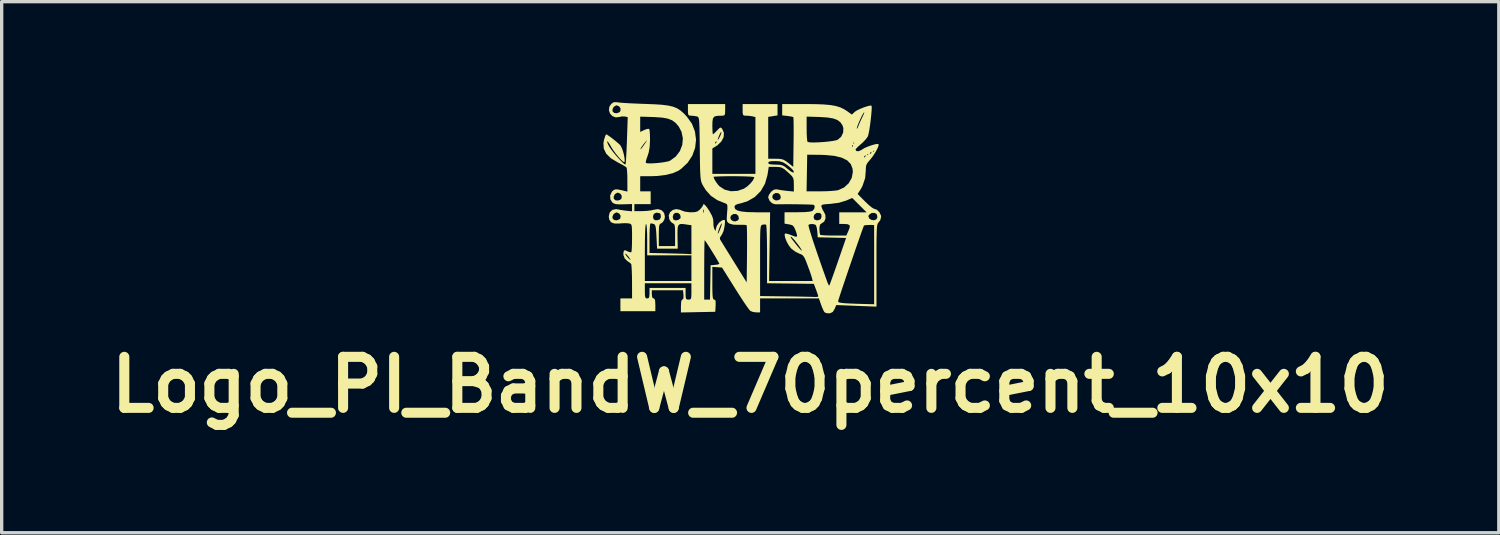
<source format=kicad_pcb>
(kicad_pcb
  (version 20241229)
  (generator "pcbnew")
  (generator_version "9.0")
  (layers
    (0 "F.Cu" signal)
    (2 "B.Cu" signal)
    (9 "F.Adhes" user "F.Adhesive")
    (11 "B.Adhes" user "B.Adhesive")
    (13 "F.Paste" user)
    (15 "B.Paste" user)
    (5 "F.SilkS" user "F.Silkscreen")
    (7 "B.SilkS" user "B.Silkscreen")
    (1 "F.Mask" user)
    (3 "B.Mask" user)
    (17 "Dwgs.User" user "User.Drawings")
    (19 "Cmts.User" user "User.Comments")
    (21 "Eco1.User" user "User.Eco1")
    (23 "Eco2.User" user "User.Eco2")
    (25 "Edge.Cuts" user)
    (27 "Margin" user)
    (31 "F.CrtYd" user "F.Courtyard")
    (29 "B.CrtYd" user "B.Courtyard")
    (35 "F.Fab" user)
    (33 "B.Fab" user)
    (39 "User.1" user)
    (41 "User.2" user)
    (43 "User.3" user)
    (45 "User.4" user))
  (footprint "Logo_PI_BandW_70percent_10x10"
    (layer "F.Cu")
    (at 19.085 3.357)
    (property "Reference" "Logo_PI_BandW_70percent_10x10" (at 0.263 5.08 0) (layer "F.SilkS") (effects (font (size 1.524 1.524) (thickness 0.3))))
    (attr board_only exclude_from_pos_files exclude_from_bom)
    (fp_poly (pts (xy -3.706 -3.353) (xy -3.638 -3.344) (xy -3.514 -3.334) (xy -3.345 -3.324) (xy -3.143 -3.315) (xy -2.923 -3.306) (xy -2.884 -3.305) (xy -2.597 -3.294) (xy -2.368 -3.279) (xy -2.187 -3.256) (xy -2.044 -3.223) (xy -1.926 -3.176) (xy -1.825 -3.112) (xy -1.728 -3.028) (xy -1.633 -2.929) (xy -1.479 -2.714) (xy -1.388 -2.48) (xy -1.356 -2.237) (xy -1.383 -1.994) (xy -1.467 -1.761) (xy -1.606 -1.549) (xy -1.799 -1.367) (xy -1.884 -1.309) (xy -2.044 -1.238) (xy -2.256 -1.185) (xy -2.504 -1.154) (xy -2.7 -1.147) (xy -3.023 -1.147) (xy -3.023 -0.695) (xy -2.71 -0.695) (xy -2.71 -0.313) (xy -3.197 -0.313) (xy -3.197 -0.104) (xy -2.965 -0.104) (xy -2.825 -0.111) (xy -2.695 -0.127) (xy -2.619 -0.145) (xy -2.489 -0.164) (xy -2.381 -0.129) (xy -2.309 -0.05) (xy -2.285 0.06) (xy -2.301 0.146) (xy -2.347 0.223) (xy -2.4 0.262) (xy -2.432 0.278) (xy -2.451 0.314) (xy -2.462 0.382) (xy -2.466 0.497) (xy -2.467 0.61) (xy -2.467 0.938) (xy -1.981 0.938) (xy -1.981 0.61) (xy -1.982 0.456) (xy -1.988 0.357) (xy -2.001 0.3) (xy -2.024 0.272) (xy -2.046 0.262) (xy -2.106 0.217) (xy -2.155 0.138) (xy -2.164 0.073) (xy -2.052 0.073) (xy -2.032 0.144) (xy -2.025 0.152) (xy -1.962 0.174) (xy -1.884 0.158) (xy -1.825 0.112) (xy -1.814 0.084) (xy -1.831 -0.000022) (xy -1.894 -0.051) (xy -1.979 -0.053) (xy -2.032 -0.005) (xy -2.052 0.073) (xy -2.164 0.073) (xy -2.171 0.025) (xy -2.133 -0.07) (xy -2.054 -0.137) (xy -1.949 -0.165) (xy -1.832 -0.144) (xy -1.797 -0.127) (xy -1.689 -0.089) (xy -1.544 -0.07) (xy -1.507 -0.069) (xy -1.387 -0.075) (xy -1.309 -0.098) (xy -1.301 -0.104) (xy -1.141 -0.104) (xy -1.136 -0.055) (xy -1.124 -0.061) (xy -1.119 -0.132) (xy -1.124 -0.148) (xy -1.136 -0.152) (xy -1.141 -0.104) (xy -1.301 -0.104) (xy -1.246 -0.147) (xy -1.232 -0.161) (xy -1.175 -0.23) (xy -1.147 -0.279) (xy -1.147 -0.283) (xy -1.132 -0.316) (xy -1.09 -0.29) (xy -1.025 -0.211) (xy -0.955 -0.104) (xy -0.88 0.033) (xy -0.844 0.139) (xy -0.838 0.235) (xy -0.834 0.341) (xy -0.811 0.427) (xy -0.807 0.434) (xy -0.776 0.483) (xy -0.767 0.47) (xy -0.765 0.43) (xy -0.736 0.334) (xy -0.667 0.239) (xy -0.58 0.173) (xy -0.553 0.163) (xy -0.512 0.156) (xy -0.493 0.174) (xy -0.491 0.231) (xy -0.503 0.341) (xy -0.535 0.493) (xy -0.586 0.6) (xy -0.597 0.614) (xy -0.643 0.687) (xy -0.641 0.736) (xy -0.616 0.778) (xy -0.559 0.87) (xy -0.478 1.002) (xy -0.377 1.164) (xy -0.263 1.348) (xy -0.229 1.403) (xy 0.156 2.024) (xy 0.166 1.181) (xy 0.167 0.945) (xy 0.167 0.734) (xy 0.166 0.555) (xy 0.163 0.42) (xy 0.158 0.337) (xy 0.154 0.316) (xy 0.111 0.307) (xy 0.02 0.303) (xy -0.078 0.305) (xy -0.245 0.3) (xy -0.356 0.269) (xy -0.37 0.261) (xy -0.411 0.229) (xy -0.433 0.189) (xy -0.44 0.124) (xy -0.438 0.095) (xy -0.333 0.095) (xy -0.307 0.158) (xy -0.241 0.198) (xy -0.177 0.202) (xy -0.099 0.168) (xy -0.077 0.119) (xy -0.094 0.035) (xy -0.156 -0.017) (xy -0.238 -0.019) (xy -0.312 0.029) (xy -0.333 0.095) (xy -0.438 0.095) (xy -0.434 0.016) (xy -0.429 -0.052) (xy -0.419 -0.185) (xy -0.42 -0.226) (xy -0.208 -0.226) (xy -0.187 -0.166) (xy -0.118 -0.122) (xy 0.004 -0.092) (xy 0.184 -0.075) (xy 0.426 -0.07) (xy 0.439 -0.069) (xy 0.855 -0.069) (xy 0.84 0.956) (xy 0.825 1.981) (xy 2.127 1.981) (xy 2.103 1.886) (xy 2.08 1.81) (xy 2.04 1.692) (xy 1.988 1.551) (xy 1.969 1.5) (xy 1.915 1.36) (xy 1.872 1.27) (xy 1.831 1.217) (xy 1.78 1.184) (xy 1.72 1.162) (xy 1.607 1.105) (xy 1.496 1.021) (xy 1.47 0.995) (xy 1.403 0.904) (xy 1.345 0.796) (xy 1.304 0.689) (xy 1.299 0.663) (xy 1.467 0.663) (xy 1.469 0.678) (xy 1.494 0.716) (xy 1.548 0.786) (xy 1.639 0.9) (xy 1.648 0.912) (xy 1.729 1.009) (xy 1.783 1.066) (xy 1.804 1.076) (xy 1.787 1.037) (xy 1.783 1.03) (xy 1.73 0.95) (xy 1.66 0.857) (xy 1.587 0.766) (xy 1.523 0.696) (xy 1.484 0.662) (xy 1.481 0.661) (xy 1.467 0.663) (xy 1.299 0.663) (xy 1.288 0.605) (xy 1.298 0.567) (xy 1.341 0.566) (xy 1.425 0.589) (xy 1.495 0.616) (xy 1.598 0.655) (xy 1.651 0.659) (xy 1.662 0.619) (xy 1.635 0.527) (xy 1.611 0.461) (xy 1.568 0.366) (xy 1.518 0.317) (xy 1.491 0.309) (xy 2 0.309) (xy 2.006 0.35) (xy 2.031 0.446) (xy 2.075 0.589) (xy 2.132 0.77) (xy 2.202 0.978) (xy 2.255 1.135) (xy 2.353 1.418) (xy 2.431 1.642) (xy 2.492 1.813) (xy 2.537 1.939) (xy 2.569 2.025) (xy 2.592 2.079) (xy 2.607 2.108) (xy 2.617 2.117) (xy 2.623 2.114) (xy 2.639 2.078) (xy 2.673 1.986) (xy 2.723 1.848) (xy 2.785 1.674) (xy 2.855 1.473) (xy 2.881 1.398) (xy 3.124 0.697) (xy 2.701 0.687) (xy 2.277 0.678) (xy 2.264 0.504) (xy 2.254 0.431) (xy 2.328 0.431) (xy 2.333 0.528) (xy 2.346 0.592) (xy 2.351 0.602) (xy 2.393 0.612) (xy 2.49 0.619) (xy 2.625 0.624) (xy 2.752 0.625) (xy 3.131 0.625) (xy 3.196 0.479) (xy 3.234 0.375) (xy 3.227 0.314) (xy 3.166 0.286) (xy 3.049 0.279) (xy 2.919 0.278) (xy 2.919 0.044) (xy 3.787 0.044) (xy 3.814 0.115) (xy 3.877 0.157) (xy 3.955 0.168) (xy 4.023 0.145) (xy 4.058 0.084) (xy 4.044 -0.003) (xy 3.983 -0.051) (xy 3.894 -0.049) (xy 3.873 -0.041) (xy 3.81 0.004) (xy 3.787 0.044) (xy 2.919 0.044) (xy 2.919 -0.069) (xy 3.735 -0.069) (xy 3.307 -0.497) (xy 3.122 -0.418) (xy 2.912 -0.354) (xy 2.655 -0.321) (xy 2.516 -0.311) (xy 2.433 -0.3) (xy 2.394 -0.283) (xy 2.385 -0.256) (xy 2.39 -0.23) (xy 2.424 -0.144) (xy 2.449 -0.104) (xy 2.504 0.004) (xy 2.51 0.114) (xy 2.471 0.208) (xy 2.392 0.262) (xy 2.349 0.294) (xy 2.33 0.367) (xy 2.328 0.431) (xy 2.254 0.431) (xy 2.25 0.399) (xy 2.226 0.324) (xy 2.212 0.305) (xy 2.141 0.282) (xy 2.06 0.282) (xy 2.004 0.304) (xy 2 0.309) (xy 1.491 0.309) (xy 1.439 0.294) (xy 1.42 0.291) (xy 1.286 0.269) (xy 1.286 0.068) (xy 2.154 0.068) (xy 2.173 0.142) (xy 2.236 0.169) (xy 2.292 0.167) (xy 2.363 0.139) (xy 2.391 0.066) (xy 2.391 0.064) (xy 2.383 -0.014) (xy 2.328 -0.052) (xy 2.241 -0.05) (xy 2.175 0.001) (xy 2.154 0.068) (xy 1.286 0.068) (xy 1.286 -0.069) (xy 1.677 -0.071) (xy 1.884 -0.075) (xy 2.027 -0.087) (xy 2.111 -0.108) (xy 2.128 -0.118) (xy 2.177 -0.181) (xy 2.187 -0.251) (xy 2.161 -0.291) (xy 2.119 -0.297) (xy 2.02 -0.301) (xy 1.877 -0.305) (xy 1.701 -0.308) (xy 1.505 -0.31) (xy 1.302 -0.31) (xy 1.103 -0.309) (xy 1.009 -0.308) (xy 0.918 -0.337) (xy 0.841 -0.41) (xy 0.801 -0.504) (xy 0.799 -0.527) (xy 0.801 -0.531) (xy 0.918 -0.531) (xy 0.944 -0.468) (xy 1.01 -0.427) (xy 1.074 -0.424) (xy 1.152 -0.457) (xy 1.174 -0.507) (xy 1.157 -0.591) (xy 1.095 -0.642) (xy 1.013 -0.644) (xy 0.939 -0.596) (xy 0.918 -0.531) (xy 0.801 -0.531) (xy 0.823 -0.595) (xy 0.88 -0.674) (xy 0.888 -0.683) (xy 0.964 -0.743) (xy 1.04 -0.756) (xy 1.088 -0.748) (xy 1.19 -0.73) (xy 1.32 -0.713) (xy 1.381 -0.706) (xy 1.564 -0.689) (xy 1.564 -0.695) (xy 1.944 -0.695) (xy 2.353 -0.695) (xy 2.529 -0.698) (xy 2.693 -0.707) (xy 2.823 -0.719) (xy 2.894 -0.732) (xy 3.067 -0.812) (xy 3.203 -0.938) (xy 3.292 -1.096) (xy 3.325 -1.272) (xy 3.316 -1.372) (xy 3.263 -1.51) (xy 3.157 -1.619) (xy 2.997 -1.699) (xy 2.974 -1.705) (xy 3.657 -1.705) (xy 3.662 -1.703) (xy 3.693 -1.727) (xy 3.701 -1.737) (xy 3.709 -1.77) (xy 3.705 -1.772) (xy 3.673 -1.748) (xy 3.666 -1.737) (xy 3.657 -1.705) (xy 2.974 -1.705) (xy 2.779 -1.753) (xy 2.5 -1.78) (xy 2.348 -1.785) (xy 1.963 -1.789) (xy 3.753 -1.789) (xy 3.77 -1.772) (xy 3.787 -1.789) (xy 3.77 -1.807) (xy 3.753 -1.789) (xy 1.963 -1.789) (xy 1.944 -0.695) (xy 1.564 -0.695) (xy 1.564 -0.897) (xy 1.561 -1.009) (xy 1.547 -1.084) (xy 1.51 -1.146) (xy 1.438 -1.218) (xy 1.386 -1.265) (xy 1.287 -1.351) (xy 1.212 -1.398) (xy 1.136 -1.419) (xy 1.033 -1.425) (xy 1.012 -1.425) (xy 0.815 -1.425) (xy 0.776 -1.179) (xy 0.703 -0.923) (xy 0.575 -0.702) (xy 0.398 -0.525) (xy 0.178 -0.398) (xy -0.01 -0.34) (xy -0.124 -0.312) (xy -0.185 -0.283) (xy -0.207 -0.245) (xy -0.208 -0.226) (xy -0.42 -0.226) (xy -0.42 -0.266) (xy -0.434 -0.308) (xy -0.463 -0.328) (xy -0.473 -0.332) (xy -0.718 -0.431) (xy -0.911 -0.56) (xy -1.064 -0.731) (xy -1.155 -0.878) (xy -1.179 -0.925) (xy -1.197 -0.973) (xy -1.211 -1.032) (xy -1.221 -1.11) (xy -1.223 -1.128) (xy -0.834 -1.128) (xy -0.814 -1.067) (xy -0.763 -0.98) (xy -0.699 -0.893) (xy -0.655 -0.845) (xy -0.499 -0.744) (xy -0.314 -0.698) (xy -0.116 -0.709) (xy 0.071 -0.773) (xy 0.171 -0.84) (xy 0.268 -0.929) (xy 0.343 -1.023) (xy 0.381 -1.103) (xy 0.382 -1.117) (xy 0.349 -1.127) (xy 0.258 -1.135) (xy 0.12 -1.141) (xy -0.055 -1.145) (xy -0.226 -1.147) (xy -0.423 -1.146) (xy -0.593 -1.143) (xy -0.726 -1.138) (xy -0.809 -1.133) (xy -0.834 -1.128) (xy -1.223 -1.128) (xy -1.229 -1.216) (xy -1.235 -1.36) (xy -1.239 -1.55) (xy -1.242 -1.795) (xy -1.244 -1.968) (xy -1.246 -2.122) (xy -0.791 -2.122) (xy -0.786 -2.12) (xy -0.754 -2.144) (xy -0.747 -2.154) (xy -0.738 -2.187) (xy -0.743 -2.189) (xy -0.775 -2.165) (xy -0.782 -2.154) (xy -0.791 -2.122) (xy -1.246 -2.122) (xy -1.247 -2.228) (xy -0.709 -2.228) (xy -0.687 -2.25) (xy -0.642 -2.33) (xy -0.607 -2.411) (xy -0.597 -2.465) (xy -0.597 -2.468) (xy -0.615 -2.459) (xy -0.649 -2.4) (xy -0.666 -2.361) (xy -0.703 -2.266) (xy -0.709 -2.228) (xy -1.247 -2.228) (xy -1.248 -2.249) (xy -1.251 -2.467) (xy -1.255 -2.632) (xy -1.26 -2.751) (xy -1.267 -2.832) (xy -1.278 -2.882) (xy -1.291 -2.911) (xy -1.309 -2.925) (xy -1.331 -2.932) (xy -1.426 -2.948) (xy -1.503 -2.953) (xy -1.559 -2.958) (xy -1.588 -2.984) (xy -1.597 -3.049) (xy -1.598 -3.127) (xy -1.598 -3.301) (xy -0.486 -3.301) (xy -0.486 -3.127) (xy -0.489 -3.024) (xy -0.503 -2.973) (xy -0.54 -2.955) (xy -0.599 -2.953) (xy -0.73 -2.948) (xy -0.809 -2.926) (xy -0.851 -2.874) (xy -0.866 -2.776) (xy -0.869 -2.654) (xy -0.866 -2.531) (xy -0.861 -2.44) (xy -0.852 -2.398) (xy -0.851 -2.398) (xy -0.819 -2.421) (xy -0.758 -2.479) (xy -0.729 -2.51) (xy -0.663 -2.578) (xy -0.625 -2.6) (xy -0.593 -2.581) (xy -0.573 -2.556) (xy -0.523 -2.439) (xy -0.533 -2.311) (xy -0.599 -2.184) (xy -0.716 -2.071) (xy -0.751 -2.048) (xy -0.869 -1.975) (xy -0.869 -1.216) (xy 0.417 -1.216) (xy 0.417 -1.546) (xy 0.799 -1.546) (xy 0.815 -1.516) (xy 0.871 -1.5) (xy 0.98 -1.493) (xy 1.016 -1.493) (xy 1.142 -1.488) (xy 1.228 -1.469) (xy 1.304 -1.425) (xy 1.39 -1.354) (xy 1.478 -1.286) (xy 1.54 -1.256) (xy 1.567 -1.263) (xy 1.551 -1.308) (xy 1.523 -1.345) (xy 1.468 -1.399) (xy 1.381 -1.47) (xy 1.341 -1.5) (xy 1.244 -1.56) (xy 1.147 -1.59) (xy 1.018 -1.598) (xy 1.002 -1.598) (xy 0.883 -1.594) (xy 0.82 -1.579) (xy 0.799 -1.551) (xy 0.799 -1.546) (xy 0.417 -1.546) (xy 0.417 -2.911) (xy 0.339 -2.932) (xy 0.246 -2.947) (xy 0.148 -2.953) (xy 0.081 -2.956) (xy 0.048 -2.978) (xy 0.036 -3.036) (xy 0.035 -3.127) (xy 0.035 -3.301) (xy 1.077 -3.301) (xy 1.077 -2.962) (xy 0.799 -2.918) (xy 0.799 -1.668) (xy 1.02 -1.668) (xy 1.15 -1.664) (xy 1.239 -1.645) (xy 1.32 -1.602) (xy 1.394 -1.547) (xy 1.546 -1.426) (xy 1.551 -1.809) (xy 3.831 -1.809) (xy 3.835 -1.807) (xy 3.867 -1.831) (xy 3.874 -1.842) (xy 3.883 -1.874) (xy 3.878 -1.876) (xy 3.847 -1.852) (xy 3.84 -1.842) (xy 3.831 -1.809) (xy 1.551 -1.809) (xy 1.554 -2.05) (xy 3.301 -2.05) (xy 3.314 -2.021) (xy 3.324 -2.027) (xy 3.328 -2.068) (xy 3.324 -2.073) (xy 3.303 -2.068) (xy 3.301 -2.05) (xy 1.554 -2.05) (xy 1.555 -2.137) (xy 3.336 -2.137) (xy 3.353 -2.12) (xy 3.37 -2.137) (xy 3.353 -2.154) (xy 3.336 -2.137) (xy 1.555 -2.137) (xy 1.556 -2.16) (xy 1.558 -2.379) (xy 1.558 -2.573) (xy 1.557 -2.732) (xy 1.554 -2.847) (xy 1.55 -2.905) (xy 1.549 -2.911) (xy 1.507 -2.924) (xy 1.494 -2.926) (xy 1.946 -2.926) (xy 1.946 -2.563) (xy 1.948 -2.411) (xy 1.955 -2.284) (xy 1.964 -2.199) (xy 1.972 -2.174) (xy 2.022 -2.159) (xy 2.124 -2.153) (xy 2.261 -2.156) (xy 2.417 -2.165) (xy 2.574 -2.179) (xy 2.715 -2.197) (xy 2.824 -2.219) (xy 2.875 -2.236) (xy 2.977 -2.325) (xy 3.036 -2.448) (xy 3.042 -2.571) (xy 3.442 -2.571) (xy 3.454 -2.566) (xy 3.479 -2.615) (xy 3.49 -2.643) (xy 3.536 -2.754) (xy 3.594 -2.88) (xy 3.61 -2.912) (xy 3.65 -2.997) (xy 3.667 -3.049) (xy 3.665 -3.058) (xy 3.64 -3.029) (xy 3.598 -2.954) (xy 3.549 -2.852) (xy 3.501 -2.744) (xy 3.463 -2.647) (xy 3.443 -2.582) (xy 3.442 -2.571) (xy 3.042 -2.571) (xy 3.042 -2.583) (xy 3.018 -2.66) (xy 2.955 -2.756) (xy 2.864 -2.825) (xy 2.735 -2.872) (xy 2.557 -2.9) (xy 2.337 -2.914) (xy 1.946 -2.926) (xy 1.494 -2.926) (xy 1.421 -2.939) (xy 1.374 -2.945) (xy 1.216 -2.963) (xy 1.216 -3.301) (xy 1.904 -3.301) (xy 2.21 -3.298) (xy 2.457 -3.289) (xy 2.655 -3.271) (xy 2.815 -3.243) (xy 2.946 -3.203) (xy 3.06 -3.149) (xy 3.151 -3.091) (xy 3.296 -2.987) (xy 3.385 -3.07) (xy 3.45 -3.112) (xy 3.548 -3.159) (xy 3.661 -3.204) (xy 3.768 -3.239) (xy 3.849 -3.256) (xy 3.883 -3.252) (xy 3.889 -3.209) (xy 3.886 -3.113) (xy 3.875 -2.981) (xy 3.859 -2.828) (xy 3.839 -2.672) (xy 3.817 -2.527) (xy 3.795 -2.411) (xy 3.775 -2.339) (xy 3.772 -2.332) (xy 3.715 -2.252) (xy 3.625 -2.157) (xy 3.562 -2.101) (xy 3.478 -2.026) (xy 3.421 -1.967) (xy 3.405 -1.941) (xy 3.431 -1.898) (xy 3.494 -1.892) (xy 3.497 -1.894) (xy 3.926 -1.894) (xy 3.944 -1.876) (xy 3.961 -1.894) (xy 3.944 -1.911) (xy 3.926 -1.894) (xy 3.497 -1.894) (xy 3.575 -1.925) (xy 3.601 -1.943) (xy 3.677 -1.989) (xy 3.783 -2.035) (xy 3.898 -2.075) (xy 4.001 -2.103) (xy 4.073 -2.111) (xy 4.092 -2.105) (xy 4.093 -2.059) (xy 4.06 -1.975) (xy 4.003 -1.868) (xy 3.93 -1.754) (xy 3.851 -1.651) (xy 3.834 -1.632) (xy 3.757 -1.539) (xy 3.721 -1.462) (xy 3.712 -1.374) (xy 3.713 -1.336) (xy 3.693 -1.091) (xy 3.613 -0.854) (xy 3.556 -0.751) (xy 3.468 -0.617) (xy 3.687 -0.395) (xy 3.791 -0.296) (xy 3.882 -0.22) (xy 3.947 -0.178) (xy 3.962 -0.174) (xy 4.045 -0.144) (xy 4.119 -0.069) (xy 4.164 0.025) (xy 4.17 0.065) (xy 4.145 0.162) (xy 4.1 0.226) (xy 4.082 0.245) (xy 4.067 0.27) (xy 4.055 0.309) (xy 4.046 0.368) (xy 4.04 0.455) (xy 4.036 0.576) (xy 4.033 0.739) (xy 4.031 0.95) (xy 4.031 1.218) (xy 4.031 1.518) (xy 4.031 2.747) (xy 2.831 2.7) (xy 2.78 2.818) (xy 2.727 2.904) (xy 2.656 2.941) (xy 2.62 2.947) (xy 2.533 2.941) (xy 2.477 2.912) (xy 2.445 2.855) (xy 2.403 2.758) (xy 2.376 2.684) (xy 2.343 2.59) (xy 2.884 2.59) (xy 2.893 2.609) (xy 2.926 2.624) (xy 2.991 2.636) (xy 3.094 2.646) (xy 3.245 2.654) (xy 3.45 2.662) (xy 3.692 2.669) (xy 3.961 2.676) (xy 3.961 0.313) (xy 3.883 0.309) (xy 3.794 0.309) (xy 3.71 0.315) (xy 3.66 0.325) (xy 3.658 0.327) (xy 3.643 0.363) (xy 3.609 0.455) (xy 3.559 0.594) (xy 3.497 0.772) (xy 3.425 0.978) (xy 3.348 1.203) (xy 3.267 1.439) (xy 3.186 1.675) (xy 3.109 1.903) (xy 3.038 2.113) (xy 2.977 2.296) (xy 2.929 2.443) (xy 2.897 2.543) (xy 2.884 2.589) (xy 2.884 2.59) (xy 2.343 2.59) (xy 2.312 2.502) (xy 0.556 2.502) (xy 0.556 2.919) (xy 0.441 2.919) (xy 0.34 2.905) (xy 0.263 2.873) (xy 0.226 2.83) (xy 0.159 2.738) (xy 0.069 2.606) (xy -0.038 2.442) (xy -0.046 2.431) (xy 0.556 2.431) (xy 1.329 2.441) (xy 1.56 2.444) (xy 1.772 2.448) (xy 1.953 2.452) (xy 2.094 2.455) (xy 2.18 2.458) (xy 2.198 2.459) (xy 2.267 2.457) (xy 2.293 2.441) (xy 2.282 2.396) (xy 2.252 2.309) (xy 2.227 2.241) (xy 2.161 2.067) (xy 0.764 2.049) (xy 0.764 1.183) (xy 0.763 0.944) (xy 0.76 0.73) (xy 0.755 0.549) (xy 0.749 0.41) (xy 0.742 0.324) (xy 0.736 0.299) (xy 0.682 0.293) (xy 0.631 0.301) (xy 0.61 0.308) (xy 0.593 0.321) (xy 0.58 0.348) (xy 0.571 0.395) (xy 0.564 0.471) (xy 0.56 0.583) (xy 0.557 0.739) (xy 0.556 0.945) (xy 0.556 1.209) (xy 0.556 1.376) (xy 0.556 2.431) (xy -0.046 2.431) (xy -0.156 2.258) (xy -0.19 2.204) (xy -0.58 1.581) (xy -0.724 1.57) (xy -0.869 1.56) (xy -0.869 2.048) (xy -0.868 2.244) (xy -0.864 2.38) (xy -0.857 2.468) (xy -0.844 2.516) (xy -0.826 2.535) (xy -0.815 2.537) (xy -0.783 2.55) (xy -0.77 2.602) (xy -0.771 2.705) (xy -0.771 2.719) (xy -0.782 2.901) (xy -1.294 2.911) (xy -1.807 2.921) (xy -1.807 2.729) (xy -1.8 2.605) (xy -1.78 2.545) (xy -1.762 2.537) (xy -1.734 2.51) (xy -1.729 2.425) (xy -1.731 2.398) (xy -1.745 2.259) (xy -2.676 2.259) (xy -2.676 2.38) (xy -2.664 2.47) (xy -2.628 2.502) (xy -2.623 2.502) (xy -2.592 2.519) (xy -2.576 2.579) (xy -2.571 2.693) (xy -2.571 2.884) (xy -3.614 2.884) (xy -3.614 2.502) (xy -3.266 2.502) (xy -3.266 2.276) (xy -2.884 2.276) (xy -2.882 2.398) (xy -2.872 2.466) (xy -2.85 2.496) (xy -2.814 2.502) (xy -2.771 2.492) (xy -2.751 2.449) (xy -2.745 2.357) (xy -2.745 2.345) (xy -2.745 2.189) (xy -1.668 2.189) (xy -1.668 2.363) (xy -1.665 2.466) (xy -1.651 2.517) (xy -1.616 2.535) (xy -1.581 2.537) (xy -1.112 2.537) (xy -0.94 2.537) (xy -0.93 2.024) (xy -0.921 1.511) (xy -0.79 1.501) (xy -0.707 1.489) (xy -0.662 1.473) (xy -0.66 1.47) (xy -0.677 1.433) (xy -0.723 1.353) (xy -0.787 1.245) (xy -0.863 1.122) (xy -0.94 0.998) (xy -1.01 0.888) (xy -1.065 0.806) (xy -1.095 0.766) (xy -1.098 0.764) (xy -1.102 0.798) (xy -1.105 0.891) (xy -1.108 1.036) (xy -1.11 1.222) (xy -1.111 1.441) (xy -1.112 1.65) (xy -1.112 2.537) (xy -1.581 2.537) (xy -1.536 2.533) (xy -1.51 2.512) (xy -1.498 2.459) (xy -1.494 2.358) (xy -1.494 2.293) (xy -1.494 2.05) (xy -2.884 2.05) (xy -2.884 2.276) (xy -3.266 2.276) (xy -3.267 2.007) (xy -3.267 1.981) (xy -2.884 1.981) (xy -1.494 1.981) (xy -1.494 1.216) (xy -2.814 1.216) (xy -2.814 1.145) (xy -2.745 1.145) (xy -2.25 1.155) (xy -2.059 1.16) (xy -1.883 1.165) (xy -1.737 1.169) (xy -1.64 1.173) (xy -1.624 1.174) (xy -1.494 1.181) (xy -1.494 0.574) (xy -0.708 0.574) (xy -0.69 0.555) (xy -0.655 0.482) (xy -0.621 0.398) (xy -0.593 0.312) (xy -0.585 0.265) (xy -0.591 0.261) (xy -0.618 0.301) (xy -0.654 0.385) (xy -0.674 0.44) (xy -0.704 0.537) (xy -0.708 0.574) (xy -1.494 0.574) (xy -1.494 0.317) (xy -1.65 0.294) (xy -1.763 0.279) (xy -1.838 0.284) (xy -1.882 0.318) (xy -1.904 0.393) (xy -1.91 0.517) (xy -1.909 0.665) (xy -1.902 1.017) (xy -2.211 1.017) (xy -2.519 1.017) (xy -2.537 0.66) (xy -2.546 0.497) (xy -2.557 0.39) (xy -2.572 0.326) (xy -2.595 0.292) (xy -2.623 0.277) (xy -2.691 0.263) (xy -2.719 0.267) (xy -2.729 0.306) (xy -2.737 0.4) (xy -2.743 0.536) (xy -2.745 0.7) (xy -2.745 0.713) (xy -2.745 1.145) (xy -2.814 1.145) (xy -2.814 0.747) (xy -2.817 0.549) (xy -2.824 0.4) (xy -2.835 0.308) (xy -2.849 0.278) (xy -2.861 0.312) (xy -2.871 0.413) (xy -2.878 0.577) (xy -2.882 0.801) (xy -2.884 1.083) (xy -2.884 1.129) (xy -2.884 1.981) (xy -3.267 1.981) (xy -3.269 1.826) (xy -3.274 1.67) (xy -3.281 1.55) (xy -3.289 1.482) (xy -3.293 1.473) (xy -3.342 1.428) (xy -3.398 1.393) (xy -3.484 1.312) (xy -3.526 1.2) (xy -3.524 1.165) (xy -3.469 1.165) (xy -3.459 1.196) (xy -3.418 1.253) (xy -3.366 1.312) (xy -3.322 1.351) (xy -3.311 1.355) (xy -3.321 1.331) (xy -3.362 1.27) (xy -3.376 1.251) (xy -3.429 1.189) (xy -3.465 1.163) (xy -3.469 1.165) (xy -3.524 1.165) (xy -3.521 1.117) (xy -3.502 1.07) (xy -3.466 1.066) (xy -3.406 1.094) (xy -3.333 1.123) (xy -3.289 1.123) (xy -3.288 1.122) (xy -3.279 1.081) (xy -3.272 0.984) (xy -3.268 0.848) (xy -3.266 0.693) (xy -3.267 0.519) (xy -3.27 0.403) (xy -3.278 0.332) (xy -3.293 0.293) (xy -3.319 0.274) (xy -3.352 0.264) (xy -3.435 0.256) (xy -3.554 0.258) (xy -3.631 0.265) (xy -3.788 0.267) (xy -3.893 0.229) (xy -3.948 0.145) (xy -3.96 0.059) (xy -3.851 0.059) (xy -3.846 0.117) (xy -3.797 0.163) (xy -3.721 0.171) (xy -3.647 0.143) (xy -3.615 0.107) (xy -3.609 0.049) (xy -2.641 0.049) (xy -2.626 0.134) (xy -2.572 0.168) (xy -2.503 0.167) (xy -2.432 0.138) (xy -2.404 0.065) (xy -2.417 -0.019) (xy -2.453 -0.048) (xy -2.546 -0.058) (xy -2.615 -0.021) (xy -2.641 0.049) (xy -3.609 0.049) (xy -3.608 0.032) (xy -3.649 -0.033) (xy -3.718 -0.064) (xy -3.744 -0.063) (xy -3.815 -0.019) (xy -3.851 0.059) (xy -3.96 0.059) (xy -3.961 0.048) (xy -3.932 -0.066) (xy -3.854 -0.141) (xy -3.744 -0.165) (xy -3.692 -0.157) (xy -3.597 -0.138) (xy -3.475 -0.12) (xy -3.431 -0.115) (xy -3.266 -0.098) (xy -3.266 -0.316) (xy -3.525 -0.308) (xy -3.669 -0.306) (xy -3.763 -0.316) (xy -3.825 -0.341) (xy -3.855 -0.363) (xy -3.914 -0.459) (xy -3.918 -0.532) (xy -3.816 -0.532) (xy -3.811 -0.474) (xy -3.763 -0.428) (xy -3.686 -0.42) (xy -3.612 -0.448) (xy -3.58 -0.484) (xy -3.573 -0.559) (xy -3.614 -0.624) (xy -3.684 -0.655) (xy -3.71 -0.653) (xy -3.78 -0.61) (xy -3.816 -0.532) (xy -3.918 -0.532) (xy -3.919 -0.572) (xy -3.871 -0.679) (xy -3.853 -0.698) (xy -3.808 -0.737) (xy -3.759 -0.754) (xy -3.687 -0.751) (xy -3.575 -0.728) (xy -3.501 -0.71) (xy -3.405 -0.687) (xy -3.406 -1.03) (xy -3.408 -1.179) (xy -3.415 -1.304) (xy -3.425 -1.385) (xy -3.432 -1.407) (xy -3.474 -1.439) (xy -3.561 -1.49) (xy -3.675 -1.55) (xy -3.694 -1.56) (xy -3.899 -1.683) (xy -4.037 -1.819) (xy -4.11 -1.97) (xy -4.12 -2.139) (xy -4.1 -2.243) (xy -4.071 -2.334) (xy -4.047 -2.39) (xy -4.039 -2.398) (xy -3.999 -2.377) (xy -3.923 -2.325) (xy -3.829 -2.254) (xy -3.734 -2.177) (xy -3.654 -2.108) (xy -3.621 -2.076) (xy -3.58 -2.007) (xy -3.54 -1.903) (xy -3.508 -1.785) (xy -3.488 -1.674) (xy -3.486 -1.593) (xy -3.496 -1.566) (xy -3.529 -1.578) (xy -3.59 -1.633) (xy -3.669 -1.719) (xy -3.752 -1.822) (xy -3.831 -1.929) (xy -3.892 -2.026) (xy -3.898 -2.038) (xy -3.95 -2.126) (xy -3.992 -2.18) (xy -4.007 -2.189) (xy -4.008 -2.162) (xy -3.981 -2.094) (xy -3.955 -2.043) (xy -3.9 -1.96) (xy -3.822 -1.857) (xy -3.731 -1.748) (xy -3.638 -1.646) (xy -3.555 -1.561) (xy -3.492 -1.507) (xy -3.462 -1.496) (xy -3.455 -1.535) (xy -3.447 -1.632) (xy -3.438 -1.778) (xy -3.429 -1.958) (xy -3.016 -1.958) (xy -3.013 -1.946) (xy -2.988 -1.972) (xy -2.937 -2.04) (xy -2.887 -2.111) (xy -2.833 -2.192) (xy -2.818 -2.22) (xy -2.843 -2.197) (xy -2.866 -2.172) (xy -2.935 -2.086) (xy -2.989 -2.009) (xy -3.016 -1.958) (xy -3.429 -1.958) (xy -3.429 -1.961) (xy -3.42 -2.17) (xy -3.419 -2.211) (xy -3.395 -2.908) (xy -3.459 -2.925) (xy -3.023 -2.925) (xy -3.023 -2.468) (xy -2.902 -2.526) (xy -2.818 -2.557) (xy -2.761 -2.561) (xy -2.754 -2.557) (xy -2.742 -2.513) (xy -2.734 -2.416) (xy -2.73 -2.286) (xy -2.73 -2.23) (xy -2.74 -2.022) (xy -2.768 -1.859) (xy -2.804 -1.748) (xy -2.84 -1.645) (xy -2.857 -1.57) (xy -2.854 -1.544) (xy -2.805 -1.531) (xy -2.706 -1.529) (xy -2.576 -1.535) (xy -2.435 -1.548) (xy -2.3 -1.567) (xy -2.19 -1.589) (xy -2.132 -1.609) (xy -1.962 -1.733) (xy -1.839 -1.894) (xy -1.767 -2.08) (xy -1.749 -2.278) (xy -1.79 -2.474) (xy -1.874 -2.632) (xy -1.965 -2.738) (xy -2.067 -2.814) (xy -2.196 -2.865) (xy -2.364 -2.896) (xy -2.585 -2.911) (xy -2.632 -2.913) (xy -3.023 -2.925) (xy -3.459 -2.925) (xy -3.473 -2.928) (xy -3.568 -2.932) (xy -3.634 -2.917) (xy -3.752 -2.902) (xy -3.852 -2.941) (xy -3.923 -3.017) (xy -3.957 -3.116) (xy -3.954 -3.138) (xy -3.851 -3.138) (xy -3.846 -3.08) (xy -3.797 -3.034) (xy -3.721 -3.026) (xy -3.647 -3.054) (xy -3.615 -3.09) (xy -3.608 -3.165) (xy -3.649 -3.23) (xy -3.718 -3.261) (xy -3.744 -3.259) (xy -3.815 -3.216) (xy -3.851 -3.138) (xy -3.954 -3.138) (xy -3.943 -3.222) (xy -3.888 -3.304) (xy -3.815 -3.355) (xy -3.728 -3.357)) (stroke (width 0) (type solid)) (fill yes) (layer "F.SilkS")))
  (gr_rect
    (start -3 -3)
    (end 41.695 12.855)
    (stroke (width 0.1) (type default))
    (fill no)
    (layer "Edge.Cuts")))
</source>
